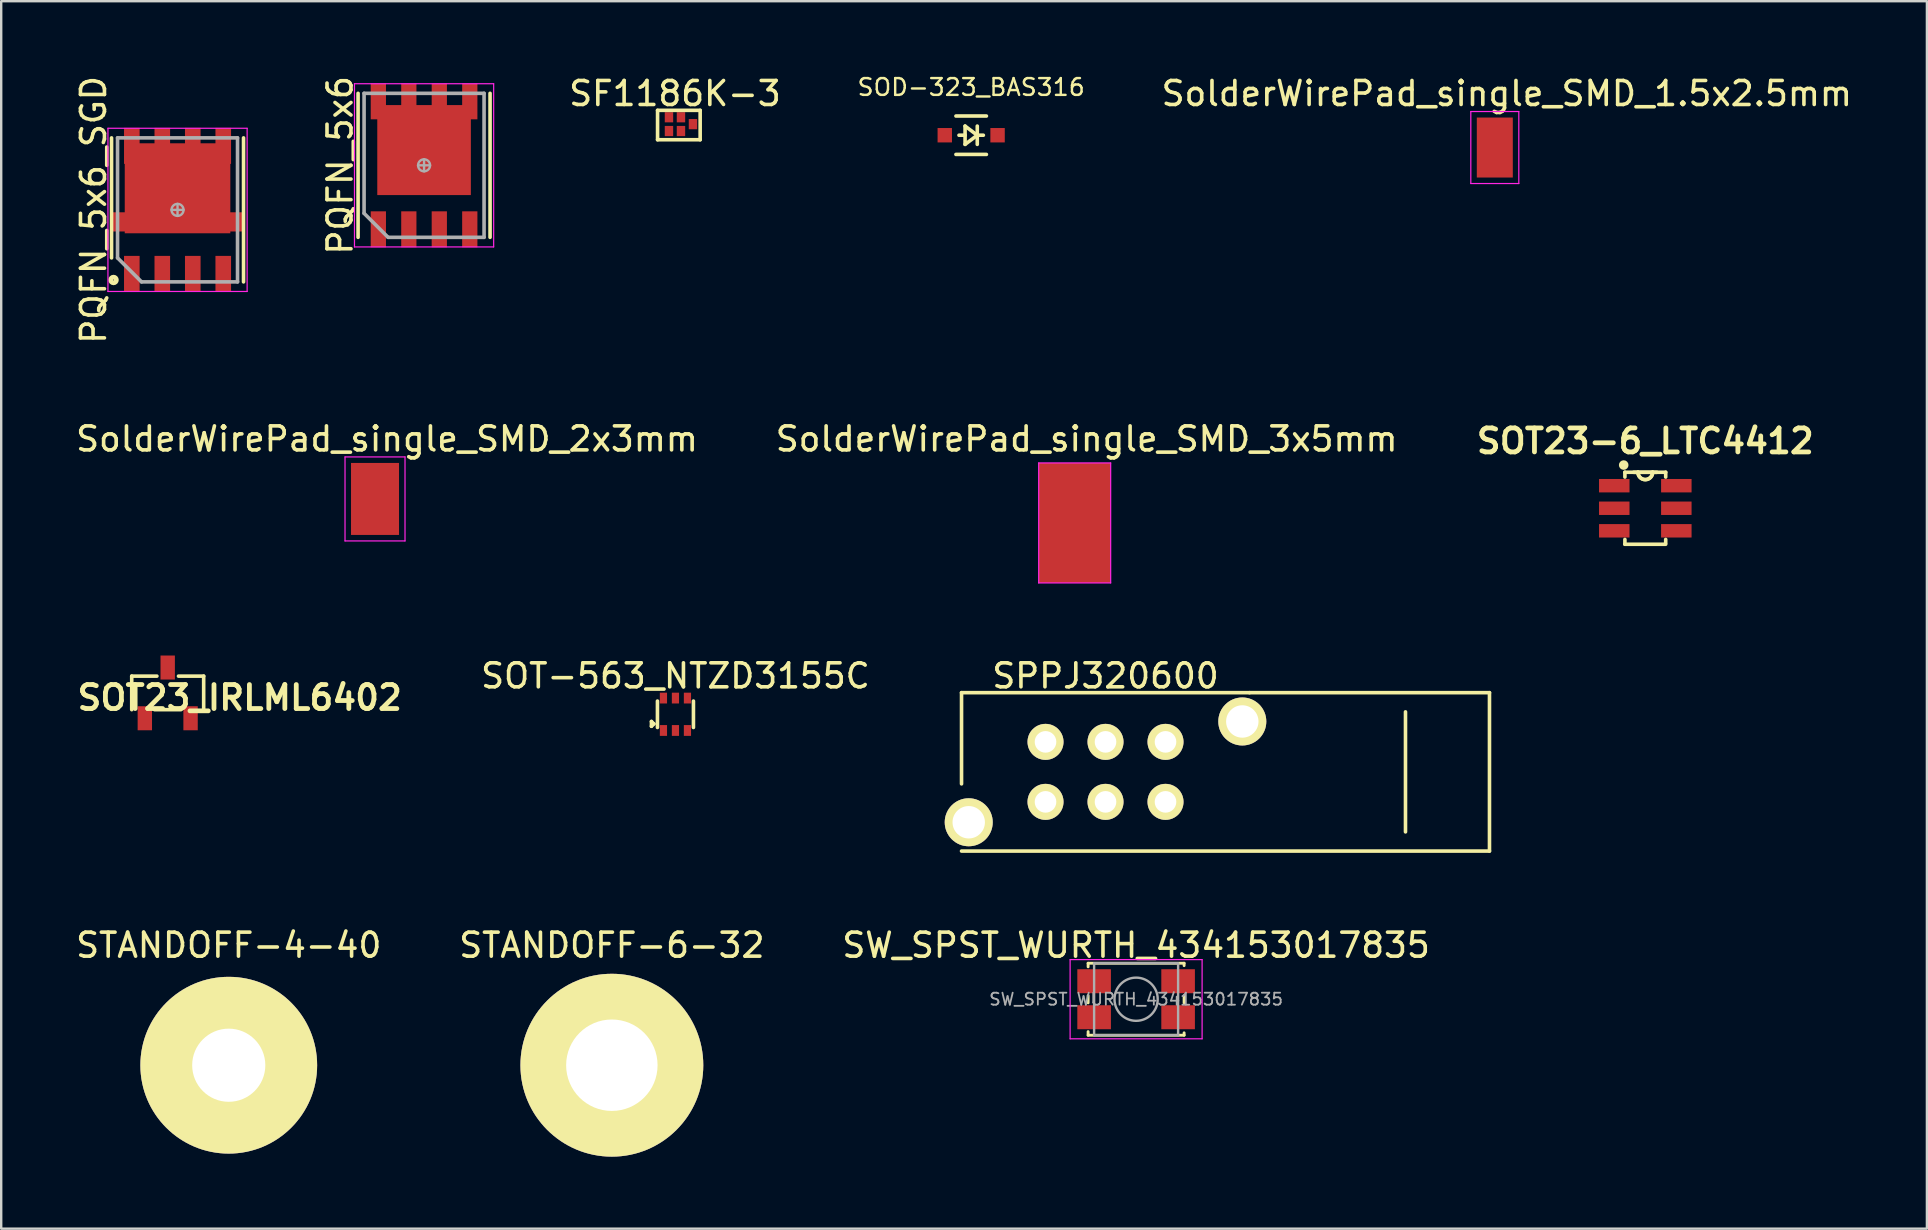
<source format=kicad_pcb>
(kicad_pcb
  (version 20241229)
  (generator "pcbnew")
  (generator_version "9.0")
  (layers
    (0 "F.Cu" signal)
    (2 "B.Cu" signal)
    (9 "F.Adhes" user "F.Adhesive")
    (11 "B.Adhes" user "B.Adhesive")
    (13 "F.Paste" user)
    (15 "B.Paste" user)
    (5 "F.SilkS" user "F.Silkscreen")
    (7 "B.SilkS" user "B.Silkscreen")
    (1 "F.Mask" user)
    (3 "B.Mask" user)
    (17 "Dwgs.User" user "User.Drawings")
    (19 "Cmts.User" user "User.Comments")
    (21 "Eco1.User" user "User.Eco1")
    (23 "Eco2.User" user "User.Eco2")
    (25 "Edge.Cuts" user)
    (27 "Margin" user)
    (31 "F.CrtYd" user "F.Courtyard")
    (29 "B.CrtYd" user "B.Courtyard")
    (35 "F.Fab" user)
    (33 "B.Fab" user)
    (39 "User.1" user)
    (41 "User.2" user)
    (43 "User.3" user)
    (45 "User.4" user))
  (footprint "SOT-563_NTZD3155C"
    (layer "F.Cu")
    (at 25.096 26.714)
    (property "Reference" "SOT-563_NTZD3155C" (at 0 -1.6 0) (layer "F.SilkS") (effects (font (size 1 1) (thickness 0.15))))
    (attr through_hole)
    (fp_line (start -1 0.3) (end -1 0.5) (stroke (width 0.15) (type solid)) (layer "F.SilkS"))
    (fp_line (start -1 0.5) (end -0.9 0.4) (stroke (width 0.15) (type solid)) (layer "F.SilkS"))
    (fp_line (start -0.9 0.4) (end -1 0.3) (stroke (width 0.15) (type solid)) (layer "F.SilkS"))
    (fp_line (start -0.75 -0.55) (end -0.75 0.55) (stroke (width 0.15) (type solid)) (layer "F.SilkS"))
    (fp_line (start 0.75 -0.55) (end 0.75 0.55) (stroke (width 0.15) (type solid)) (layer "F.SilkS"))
    (pad "1" smd rect (at -0.5 0.675) (size 0.3 0.45) (layers "F.Cu" "F.Mask" "F.Paste"))
    (pad "2" smd rect (at 0 0.675) (size 0.3 0.45) (layers "F.Cu" "F.Mask" "F.Paste"))
    (pad "3" smd rect (at 0.5 0.675) (size 0.3 0.45) (layers "F.Cu" "F.Mask" "F.Paste"))
    (pad "4" smd rect (at 0.5 -0.675) (size 0.3 0.45) (layers "F.Cu" "F.Mask" "F.Paste"))
    (pad "5" smd rect (at 0 -0.675) (size 0.3 0.45) (layers "F.Cu" "F.Mask" "F.Paste"))
    (pad "6" smd rect (at -0.5 -0.675) (size 0.3 0.45) (layers "F.Cu" "F.Mask" "F.Paste")))
  (footprint "SF1186K-3"
    (layer "F.Cu")
    (at 25.076 2.123)
    (property "Reference" "SF1186K-3" (at 0 -1.275 0) (layer "F.SilkS") (effects (font (size 1 1) (thickness 0.15))))
    (attr through_hole)
    (fp_line (start -0.725 -0.575) (end 1.05 -0.575) (stroke (width 0.15) (type solid)) (layer "F.SilkS"))
    (fp_line (start -0.725 0.65) (end -0.725 -0.575) (stroke (width 0.15) (type solid)) (layer "F.SilkS"))
    (fp_line (start 1.05 -0.575) (end 1.05 0.65) (stroke (width 0.15) (type solid)) (layer "F.SilkS"))
    (fp_line (start 1.05 0.65) (end -0.725 0.65) (stroke (width 0.15) (type solid)) (layer "F.SilkS"))
    (pad "A" smd rect (at -0.25 0.287) (size 0.35 0.425) (layers "F.Cu" "F.Mask" "F.Paste"))
    (pad "B" smd rect (at 0.25 0.287) (size 0.35 0.425) (layers "F.Cu" "F.Mask" "F.Paste"))
    (pad "C" smd rect (at 0.75 0) (size 0.35 0.425) (layers "F.Cu" "F.Mask" "F.Paste"))
    (pad "D" smd rect (at 0.25 -0.287) (size 0.35 0.425) (layers "F.Cu" "F.Mask" "F.Paste"))
    (pad "E" smd rect (at -0.25 -0.287) (size 0.35 0.425) (layers "F.Cu" "F.Mask" "F.Paste")))
  (footprint "SolderWirePad_single_SMD_2x3mm"
    (layer "F.Cu")
    (at 12.577 17.741)
    (property "Reference" "SolderWirePad_single_SMD_2x3mm" (at 0.5 -2.5 0) (layer "F.SilkS") (effects (font (size 1 1) (thickness 0.15))))
    (attr smd)
    (fp_line (start -1.25 -1.75) (end -1.25 1.75) (stroke (width 0.05) (type solid)) (layer "F.CrtYd"))
    (fp_line (start -1.25 1.75) (end 1.25 1.75) (stroke (width 0.05) (type solid)) (layer "F.CrtYd"))
    (fp_line (start 1.25 -1.75) (end -1.25 -1.75) (stroke (width 0.05) (type solid)) (layer "F.CrtYd"))
    (fp_line (start 1.25 1.75) (end 1.25 -1.75) (stroke (width 0.05) (type solid)) (layer "F.CrtYd"))
    (pad "1" smd rect (at 0 0) (size 2 3) (layers "F.Cu" "F.Mask" "F.Paste")))
  (footprint "SOD-323_BAS316"
    (layer "F.Cu")
    (at 37.419 2.585)
    (property "Reference" "SOD-323_BAS316" (at 0 -2 0) (layer "F.SilkS") (effects (font (size 0.7 0.7) (thickness 0.1))))
    (attr through_hole)
    (fp_line (start -0.635 -0.8) (end 0.635 -0.8) (stroke (width 0.15) (type solid)) (layer "F.SilkS"))
    (fp_line (start -0.635 0.8) (end 0.635 0.8) (stroke (width 0.15) (type solid)) (layer "F.SilkS"))
    (fp_line (start -0.254 -0.381) (end 0.254 0) (stroke (width 0.15) (type solid)) (layer "F.SilkS"))
    (fp_line (start -0.254 0) (end -0.508 0) (stroke (width 0.15) (type solid)) (layer "F.SilkS"))
    (fp_line (start -0.254 0.381) (end -0.254 -0.381) (stroke (width 0.15) (type solid)) (layer "F.SilkS"))
    (fp_line (start 0.254 -0.381) (end 0.254 0.381) (stroke (width 0.15) (type solid)) (layer "F.SilkS"))
    (fp_line (start 0.254 0) (end -0.254 0.381) (stroke (width 0.15) (type solid)) (layer "F.SilkS"))
    (fp_line (start 0.254 0) (end 0.508 0) (stroke (width 0.15) (type solid)) (layer "F.SilkS"))
    (pad "1" smd rect (at -1.1 0) (size 0.6 0.6) (layers "F.Cu" "F.Mask" "F.Paste"))
    (pad "2" smd rect (at 1.1 0) (size 0.6 0.6) (layers "F.Cu" "F.Mask" "F.Paste")))
  (footprint "PQFN_5x6_SGD"
    (layer "F.Cu")
    (at 4.348 5.696)
    (property "Reference" "PQFN_5x6_SGD" (at -3.5 0 90) (layer "F.SilkS") (effects (font (size 1 1) (thickness 0.15))))
    (attr smd)
    (fp_line (start -2.75 -3) (end -2.75 2) (stroke (width 0.15) (type solid)) (layer "F.SilkS"))
    (fp_line (start 2.75 -3) (end 2.75 3) (stroke (width 0.15) (type solid)) (layer "F.SilkS"))
    (fp_circle (center -2.667 2.921) (end -2.584 2.838) (stroke (width 0.2) (type solid)) (fill no) (layer "F.SilkS"))
    (fp_line (start -2.9 -3.4) (end -2.9 3.4) (stroke (width 0.05) (type solid)) (layer "F.CrtYd"))
    (fp_line (start -2.9 3.4) (end 2.9 3.4) (stroke (width 0.05) (type solid)) (layer "F.CrtYd"))
    (fp_line (start 2.9 -3.4) (end -2.9 -3.4) (stroke (width 0.05) (type solid)) (layer "F.CrtYd"))
    (fp_line (start 2.9 3.4) (end 2.9 -3.4) (stroke (width 0.05) (type solid)) (layer "F.CrtYd"))
    (fp_line (start -2.5 -3) (end 2.5 -3) (stroke (width 0.15) (type solid)) (layer "F.Fab"))
    (fp_line (start -2.5 2) (end -2.5 -3) (stroke (width 0.15) (type solid)) (layer "F.Fab"))
    (fp_line (start -1.5 3) (end -2.5 2) (stroke (width 0.15) (type solid)) (layer "F.Fab"))
    (fp_line (start 0 0.25) (end 0 -0.25) (stroke (width 0.1) (type solid)) (layer "F.Fab"))
    (fp_line (start 0.25 0) (end -0.25 0) (stroke (width 0.1) (type solid)) (layer "F.Fab"))
    (fp_line (start 2.5 -3) (end 2.5 3) (stroke (width 0.15) (type solid)) (layer "F.Fab"))
    (fp_line (start 2.5 3) (end -1.5 3) (stroke (width 0.15) (type solid)) (layer "F.Fab"))
    (fp_circle (center 0 0) (end 0 0.25) (stroke (width 0.1) (type solid)) (fill no) (layer "F.Fab"))
    (pad "1" smd rect (at -1.905 2.667) (size 0.65 1.5) (layers "F.Cu" "F.Mask" "F.Paste"))
    (pad "1" smd rect (at -0.635 2.667) (size 0.65 1.5) (layers "F.Cu" "F.Mask" "F.Paste"))
    (pad "1" smd rect (at 0.635 2.667) (size 0.65 1.5) (layers "F.Cu" "F.Mask" "F.Paste"))
    (pad "2" smd rect (at 1.905 2.667) (size 0.65 1.5) (layers "F.Cu" "F.Mask" "F.Paste"))
    (pad "3" smd rect (at -1.905 -2.667) (size 0.65 1.5) (layers "F.Cu" "F.Mask" "F.Paste"))
    (pad "3" smd rect (at -0.635 -2.667) (size 0.65 1.5) (layers "F.Cu" "F.Mask" "F.Paste"))
    (pad "3" smd rect (at 0 -0.9) (size 4.4 3.75) (layers "F.Cu" "F.Mask" "F.Paste"))
    (pad "3" smd rect (at 0 0.5) (size 5.4 0.8) (layers "F.Cu" "F.Mask" "F.Paste"))
    (pad "3" smd rect (at 0.635 -2.667) (size 0.65 1.5) (layers "F.Cu" "F.Mask" "F.Paste"))
    (pad "3" smd rect (at 1.905 -2.667) (size 0.65 1.5) (layers "F.Cu" "F.Mask" "F.Paste")))
  (footprint "STANDOFF-6-32"
    (layer "F.Cu")
    (at 22.446 41.338)
    (property "Reference" "STANDOFF-6-32" (at 0 -5 0) (layer "F.SilkS") (effects (font (size 1 1) (thickness 0.15))))
    (attr through_hole)
    (pad "GND" thru_hole circle (at 0 0) (size 7.62 7.62) (drill 3.81) (layers "*.Cu" "*.Mask" "F.SilkS")))
  (footprint "PQFN_5x6"
    (layer "F.Cu")
    (at 14.621 3.839)
    (property "Reference" "PQFN_5x6" (at -3.5 0 90) (layer "F.SilkS") (effects (font (size 1 1) (thickness 0.15))))
    (attr smd)
    (fp_line (start -2.75 -3) (end -2.75 3) (stroke (width 0.15) (type solid)) (layer "F.SilkS"))
    (fp_line (start 2.75 -3) (end 2.75 3) (stroke (width 0.15) (type solid)) (layer "F.SilkS"))
    (fp_line (start -2.9 -3.4) (end -2.9 3.4) (stroke (width 0.05) (type solid)) (layer "F.CrtYd"))
    (fp_line (start -2.9 3.4) (end 2.9 3.4) (stroke (width 0.05) (type solid)) (layer "F.CrtYd"))
    (fp_line (start 2.9 -3.4) (end -2.9 -3.4) (stroke (width 0.05) (type solid)) (layer "F.CrtYd"))
    (fp_line (start 2.9 3.4) (end 2.9 -3.4) (stroke (width 0.05) (type solid)) (layer "F.CrtYd"))
    (fp_line (start -2.5 -3) (end 2.5 -3) (stroke (width 0.15) (type solid)) (layer "F.Fab"))
    (fp_line (start -2.5 2) (end -2.5 -3) (stroke (width 0.15) (type solid)) (layer "F.Fab"))
    (fp_line (start -1.5 3) (end -2.5 2) (stroke (width 0.15) (type solid)) (layer "F.Fab"))
    (fp_line (start 0 0.25) (end 0 -0.25) (stroke (width 0.1) (type solid)) (layer "F.Fab"))
    (fp_line (start 0.25 0) (end -0.25 0) (stroke (width 0.1) (type solid)) (layer "F.Fab"))
    (fp_line (start 2.5 -3) (end 2.5 3) (stroke (width 0.15) (type solid)) (layer "F.Fab"))
    (fp_line (start 2.5 3) (end -1.5 3) (stroke (width 0.15) (type solid)) (layer "F.Fab"))
    (fp_circle (center 0 0) (end 0 0.25) (stroke (width 0.1) (type solid)) (fill no) (layer "F.Fab"))
    (pad "1" smd rect (at -1.905 2.667) (size 0.635 1.5) (layers "F.Cu" "F.Mask" "F.Paste"))
    (pad "2" smd rect (at -0.635 2.667) (size 0.635 1.5) (layers "F.Cu" "F.Mask" "F.Paste"))
    (pad "2" smd rect (at 0.635 2.667) (size 0.635 1.5) (layers "F.Cu" "F.Mask" "F.Paste"))
    (pad "2" smd rect (at 1.905 2.667) (size 0.635 1.5) (layers "F.Cu" "F.Mask" "F.Paste"))
    (pad "3" smd rect (at -1.905 -2.667) (size 0.635 1.5) (layers "F.Cu" "F.Mask" "F.Paste"))
    (pad "3" smd rect (at -0.635 -2.667) (size 0.635 1.5) (layers "F.Cu" "F.Mask" "F.Paste"))
    (pad "3" smd rect (at 0 -0.635) (size 3.9 3.75) (layers "F.Cu" "F.Mask" "F.Paste"))
    (pad "3" smd rect (at 0.635 -2.667) (size 0.635 1.5) (layers "F.Cu" "F.Mask" "F.Paste"))
    (pad "3" smd rect (at 1.905 -2.667) (size 0.635 1.5) (layers "F.Cu" "F.Mask" "F.Paste")))
  (footprint "SolderWirePad_single_SMD_3x5mm"
    (layer "F.Cu")
    (at 41.732 18.741)
    (property "Reference" "SolderWirePad_single_SMD_3x5mm" (at 0.5 -3.5 0) (layer "F.SilkS") (effects (font (size 1 1) (thickness 0.15))))
    (attr smd)
    (fp_line (start -1.5 -2.5) (end -1.5 2.5) (stroke (width 0.05) (type solid)) (layer "F.CrtYd"))
    (fp_line (start -1.5 2.5) (end 1.5 2.5) (stroke (width 0.05) (type solid)) (layer "F.CrtYd"))
    (fp_line (start 1.5 -2.5) (end -1.5 -2.5) (stroke (width 0.05) (type solid)) (layer "F.CrtYd"))
    (fp_line (start 1.5 2.5) (end 1.5 -2.5) (stroke (width 0.05) (type solid)) (layer "F.CrtYd"))
    (pad "1" smd rect (at 0 0) (size 3 5) (layers "F.Cu" "F.Mask" "F.Paste")))
  (footprint "STANDOFF-4-40"
    (layer "F.Cu")
    (at 6.482 41.338)
    (property "Reference" "STANDOFF-4-40" (at 0 -5 0) (layer "F.SilkS") (effects (font (size 1 1) (thickness 0.15))))
    (attr through_hole)
    (pad "GND" thru_hole circle (at 0 0) (size 7.366 7.366) (drill 3.048) (layers "*.Cu" "*.Mask" "F.SilkS")))
  (footprint "SOT23-6_LTC4412"
    (layer "F.Cu")
    (at 65.51 18.129)
    (property "Reference" "SOT23-6_LTC4412" (at 0 -2.8 0) (layer "F.SilkS") (effects (font (size 1 1) (thickness 0.2))))
    (attr smd)
    (fp_line (start -0.85 -1.5) (end -0.85 -1.3) (stroke (width 0.15) (type solid)) (layer "F.SilkS"))
    (fp_line (start -0.85 1.5) (end -0.85 1.3) (stroke (width 0.15) (type solid)) (layer "F.SilkS"))
    (fp_line (start -0.85 1.5) (end 0.85 1.5) (stroke (width 0.15) (type solid)) (layer "F.SilkS"))
    (fp_line (start -0.305 -1.499) (end -0.483 -1.499) (stroke (width 0.152) (type solid)) (layer "F.SilkS"))
    (fp_line (start 0.305 -1.499) (end -0.305 -1.499) (stroke (width 0.15) (type solid)) (layer "F.SilkS"))
    (fp_line (start 0.483 -1.499) (end 0.305 -1.499) (stroke (width 0.152) (type solid)) (layer "F.SilkS"))
    (fp_line (start 0.85 -1.5) (end -0.85 -1.5) (stroke (width 0.15) (type solid)) (layer "F.SilkS"))
    (fp_line (start 0.85 -1.5) (end 0.85 -1.3) (stroke (width 0.15) (type solid)) (layer "F.SilkS"))
    (fp_line (start 0.85 1.45) (end 0.85 1.3) (stroke (width 0.15) (type solid)) (layer "F.SilkS"))
    (fp_arc (start 0.3048 -1.4986) (mid 0 -1.1938) (end -0.3048 -1.4986) (stroke (width 0.15) (type solid)) (layer "F.SilkS"))
    (fp_arc (start 0.3048 -1.4986) (mid 0 -1.1938) (end -0.3048 -1.4986) (stroke (width 0.1524) (type solid)) (layer "F.SilkS"))
    (fp_circle (center -0.9 -1.8) (end -0.8 -1.8) (stroke (width 0.2) (type solid)) (fill no) (layer "F.SilkS"))
    (pad "1" smd rect (at -1.293 -0.94) (size 1.27 0.559) (layers "F.Cu" "F.Mask" "F.Paste"))
    (pad "2" smd rect (at -1.293 0) (size 1.27 0.559) (layers "F.Cu" "F.Mask" "F.Paste"))
    (pad "3" smd rect (at -1.293 0.94) (size 1.27 0.559) (layers "F.Cu" "F.Mask" "F.Paste"))
    (pad "4" smd rect (at 1.293 0.94) (size 1.27 0.559) (layers "F.Cu" "F.Mask" "F.Paste"))
    (pad "5" smd rect (at 1.293 0) (size 1.27 0.559) (layers "F.Cu" "F.Mask" "F.Paste"))
    (pad "6" smd rect (at 1.293 -0.94) (size 1.27 0.559) (layers "F.Cu" "F.Mask" "F.Paste")))
  (footprint "SOT23_IRLML6402"
    (layer "F.Cu")
    (at 3.938 25.823)
    (property "Reference" "SOT23_IRLML6402" (at 3 0.2 0) (layer "F.SilkS") (effects (font (size 1 1) (thickness 0.2))))
    (attr smd)
    (fp_line (start -1.499 -0.699) (end -0.45 -0.699) (stroke (width 0.15) (type solid)) (layer "F.SilkS"))
    (fp_line (start -1.499 0.699) (end -1.499 -0.699) (stroke (width 0.15) (type solid)) (layer "F.SilkS"))
    (fp_line (start -0.55 0.699) (end 0.55 0.699) (stroke (width 0.15) (type solid)) (layer "F.SilkS"))
    (fp_line (start 1.499 -0.699) (end 0.45 -0.699) (stroke (width 0.15) (type solid)) (layer "F.SilkS"))
    (fp_line (start 1.499 -0.699) (end 1.499 0.699) (stroke (width 0.15) (type solid)) (layer "F.SilkS"))
    (pad "1" smd rect (at -0.953 1.057) (size 0.599 1.001) (layers "F.Cu" "F.Mask" "F.Paste"))
    (pad "2" smd rect (at 0.953 1.057) (size 0.599 1.001) (layers "F.Cu" "F.Mask" "F.Paste"))
    (pad "3" smd rect (at 0 -1.057) (size 0.599 1.001) (layers "F.Cu" "F.Mask" "F.Paste")))
  (footprint "SPPJ320600"
    (layer "F.Cu")
    (at 43.017 29.114)
    (property "Reference" "SPPJ320600" (at 0 -4 0) (layer "F.SilkS") (effects (font (size 1 1) (thickness 0.15))))
    (attr through_hole)
    (fp_line (start -6 -3.3) (end -6 0.5) (stroke (width 0.15) (type solid)) (layer "F.SilkS"))
    (fp_line (start 6 -3.3) (end -6 -3.3) (stroke (width 0.15) (type solid)) (layer "F.SilkS"))
    (fp_line (start 6 -3.3) (end 16 -3.3) (stroke (width 0.15) (type solid)) (layer "F.SilkS"))
    (fp_line (start 12.5 -2.5) (end 12.5 2.5) (stroke (width 0.15) (type solid)) (layer "F.SilkS"))
    (fp_line (start 16 -3.3) (end 16 3.3) (stroke (width 0.15) (type solid)) (layer "F.SilkS"))
    (fp_line (start 16 3.3) (end -6 3.3) (stroke (width 0.15) (type solid)) (layer "F.SilkS"))
    (pad "1" thru_hole circle (at -2.5 -1.25) (size 1.5 1.5) (drill 0.9) (layers "*.Cu" "*.Mask" "F.SilkS"))
    (pad "2" thru_hole circle (at 0 -1.25) (size 1.5 1.5) (drill 0.9) (layers "*.Cu" "*.Mask" "F.SilkS"))
    (pad "3" thru_hole circle (at 2.5 -1.25) (size 1.5 1.5) (drill 0.9) (layers "*.Cu" "*.Mask" "F.SilkS"))
    (pad "4" thru_hole circle (at -2.5 1.25) (size 1.5 1.5) (drill 0.9) (layers "*.Cu" "*.Mask" "F.SilkS"))
    (pad "5" thru_hole circle (at 0 1.25) (size 1.5 1.5) (drill 0.9) (layers "*.Cu" "*.Mask" "F.SilkS"))
    (pad "6" thru_hole circle (at 2.5 1.25) (size 1.5 1.5) (drill 0.9) (layers "*.Cu" "*.Mask" "F.SilkS"))
    (pad "P1" thru_hole circle (at 5.7 -2.1) (size 2 2) (drill 1.35) (layers "*.Cu" "*.Mask" "F.SilkS"))
    (pad "P2" thru_hole circle (at -5.7 2.1) (size 2 2) (drill 1.35) (layers "*.Cu" "*.Mask" "F.SilkS")))
  (footprint "SW_SPST_WURTH_434153017835"
    (layer "F.Cu")
    (at 44.292 38.588)
    (property "Reference" "SW_SPST_WURTH_434153017835" (at 0 -2.25 0) (layer "F.SilkS") (effects (font (size 1 1) (thickness 0.15))))
    (attr smd)
    (fp_line (start -2 -1.5) (end -2 -1.35) (stroke (width 0.12) (type solid)) (layer "F.SilkS"))
    (fp_line (start -2 -0.15) (end -2 0.15) (stroke (width 0.12) (type solid)) (layer "F.SilkS"))
    (fp_line (start -2 1.35) (end -2 1.5) (stroke (width 0.12) (type solid)) (layer "F.SilkS"))
    (fp_line (start -2 1.5) (end 2 1.5) (stroke (width 0.12) (type solid)) (layer "F.SilkS"))
    (fp_line (start 2 -1.5) (end -2 -1.5) (stroke (width 0.12) (type solid)) (layer "F.SilkS"))
    (fp_line (start 2 -1.5) (end 2 -1.4) (stroke (width 0.12) (type solid)) (layer "F.SilkS"))
    (fp_line (start 2 -0.15) (end 2 0.15) (stroke (width 0.12) (type solid)) (layer "F.SilkS"))
    (fp_line (start 2 1.5) (end 2 1.4) (stroke (width 0.12) (type solid)) (layer "F.SilkS"))
    (fp_line (start -2.75 -1.65) (end 2.75 -1.65) (stroke (width 0.05) (type solid)) (layer "F.CrtYd"))
    (fp_line (start -2.75 1.65) (end -2.75 -1.65) (stroke (width 0.05) (type solid)) (layer "F.CrtYd"))
    (fp_line (start 2.75 -1.65) (end 2.75 1.65) (stroke (width 0.05) (type solid)) (layer "F.CrtYd"))
    (fp_line (start 2.75 1.65) (end -2.75 1.65) (stroke (width 0.05) (type solid)) (layer "F.CrtYd"))
    (fp_line (start -1.75 -1.5) (end 1.75 -1.5) (stroke (width 0.1) (type solid)) (layer "F.Fab"))
    (fp_line (start -1.75 1.5) (end -1.75 -1.5) (stroke (width 0.1) (type solid)) (layer "F.Fab"))
    (fp_line (start 1.75 -1.5) (end 1.75 1.5) (stroke (width 0.1) (type solid)) (layer "F.Fab"))
    (fp_line (start 1.75 1.5) (end -1.75 1.5) (stroke (width 0.1) (type solid)) (layer "F.Fab"))
    (fp_circle (center 0 0) (end 0.9 0) (stroke (width 0.1) (type solid)) (fill no) (layer "F.Fab"))
    (fp_text user "${REFERENCE}" (at 0 0 0) (layer "F.Fab") (effects (font (size 0.5 0.5) (thickness 0.075))))
    (pad "1" smd rect (at -1.75 -0.75) (size 1.4 1) (layers "F.Cu" "F.Mask" "F.Paste"))
    (pad "1" smd rect (at 1.75 -0.75) (size 1.4 1) (layers "F.Cu" "F.Mask" "F.Paste"))
    (pad "2" smd rect (at -1.75 0.75) (size 1.4 1) (layers "F.Cu" "F.Mask" "F.Paste"))
    (pad "2" smd rect (at 1.75 0.75) (size 1.4 1) (layers "F.Cu" "F.Mask" "F.Paste")))
  (footprint "SolderWirePad_single_SMD_1.5x2.5mm"
    (layer "F.Cu")
    (at 59.239 3.098)
    (property "Reference" "SolderWirePad_single_SMD_1.5x2.5mm" (at 0.5 -2.25 0) (layer "F.SilkS") (effects (font (size 1 1) (thickness 0.15))))
    (attr smd)
    (fp_line (start -1 -1.5) (end -1 1.5) (stroke (width 0.05) (type solid)) (layer "F.CrtYd"))
    (fp_line (start -1 1.5) (end 1 1.5) (stroke (width 0.05) (type solid)) (layer "F.CrtYd"))
    (fp_line (start 1 -1.5) (end -1 -1.5) (stroke (width 0.05) (type solid)) (layer "F.CrtYd"))
    (fp_line (start 1 1.5) (end 1 -1.5) (stroke (width 0.05) (type solid)) (layer "F.CrtYd"))
    (pad "1" smd rect (at 0 0) (size 1.5 2.5) (layers "F.Cu" "F.Mask" "F.Paste")))
  (gr_rect
    (start -3 -3)
    (end 77.245 48.148)
    (stroke (width 0.1) (type default))
    (fill no)
    (layer "Edge.Cuts")))
</source>
